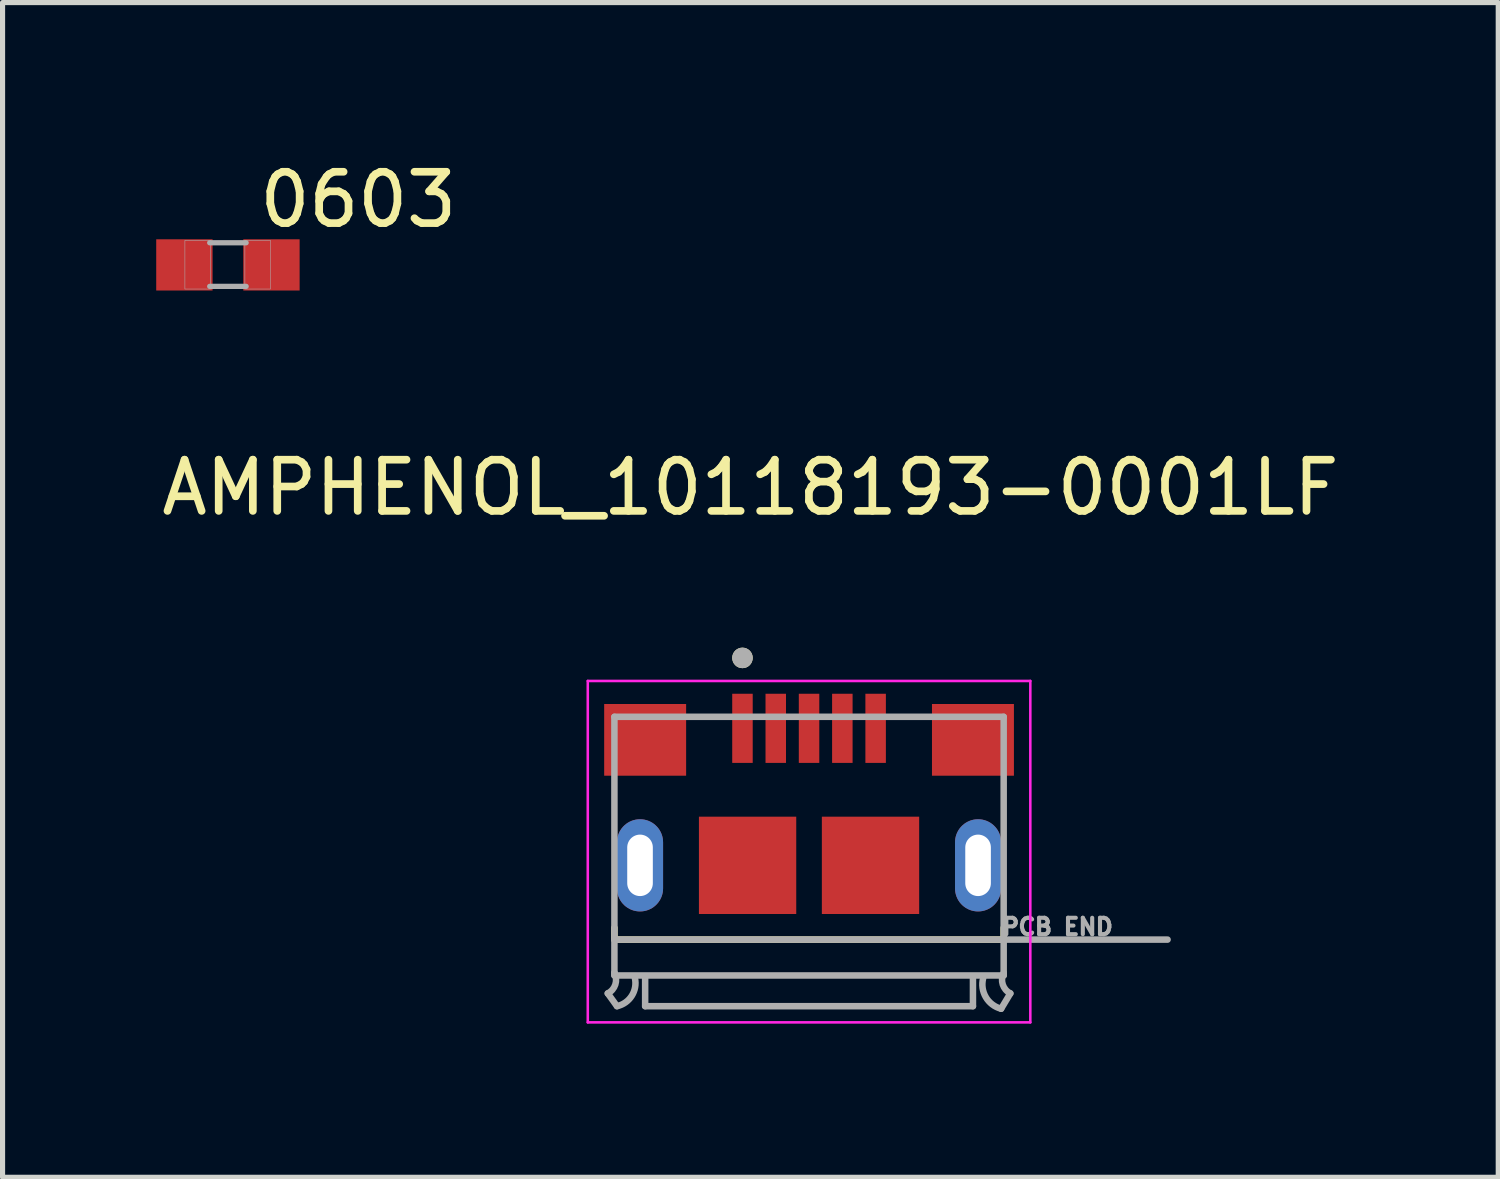
<source format=kicad_pcb>
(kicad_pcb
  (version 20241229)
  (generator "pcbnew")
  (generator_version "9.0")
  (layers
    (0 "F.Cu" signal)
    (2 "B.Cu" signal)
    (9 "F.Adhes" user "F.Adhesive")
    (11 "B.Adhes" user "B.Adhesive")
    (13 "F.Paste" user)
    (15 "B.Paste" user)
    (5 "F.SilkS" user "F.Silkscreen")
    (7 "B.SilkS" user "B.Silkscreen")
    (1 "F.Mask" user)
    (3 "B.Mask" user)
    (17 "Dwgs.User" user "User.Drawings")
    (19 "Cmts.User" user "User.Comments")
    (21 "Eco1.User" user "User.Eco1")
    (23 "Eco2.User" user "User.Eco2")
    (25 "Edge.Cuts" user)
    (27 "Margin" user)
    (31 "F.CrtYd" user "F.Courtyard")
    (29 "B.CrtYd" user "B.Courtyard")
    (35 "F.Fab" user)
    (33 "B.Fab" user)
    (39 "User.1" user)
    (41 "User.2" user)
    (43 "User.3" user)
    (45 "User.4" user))
  (footprint "0603"
    (layer "F.Cu")
    (at 1.4 2.122)
    (property "Reference" "0603" (at 2.545 -1.272 0) (layer "F.SilkS") (effects (font (size 1.002 1.002) (thickness 0.15))))
    (attr smd)
    (fp_line (start -0.356 -0.432) (end 0.356 -0.432) (stroke (width 0.102) (type solid)) (layer "F.Fab"))
    (fp_line (start -0.356 0.419) (end 0.356 0.419) (stroke (width 0.102) (type solid)) (layer "F.Fab"))
    (fp_poly (pts (xy -0.84 -0.48) (xy -0.338 -0.48) (xy -0.338 0.471) (xy -0.84 0.471)) (stroke (width 0.01) (type solid)) (fill no) (layer "F.Fab"))
    (fp_poly (pts (xy 0.331 -0.48) (xy 0.83 -0.48) (xy 0.83 0.471) (xy 0.331 0.471)) (stroke (width 0.01) (type solid)) (fill no) (layer "F.Fab"))
    (pad "1" smd rect (at -0.85 0) (size 1.1 1) (layers "F.Cu" "F.Mask" "F.Paste"))
    (pad "2" smd rect (at 0.85 0) (size 1.1 1) (layers "F.Cu" "F.Mask" "F.Paste")))
  (footprint "AMPHENOL_10118193-0001LF"
    (layer "F.Cu")
    (at 12.746 13.845)
    (property "Reference" "AMPHENOL_10118193-0001LF" (at -1.145 -7.375 0) (layer "F.SilkS") (effects (font (size 1 1) (thickness 0.15))))
    (attr smd)
    (fp_line (start -3.8 1.45) (end -3.8 1.22) (stroke (width 0.127) (type solid)) (layer "F.SilkS"))
    (fp_line (start -3.8 1.45) (end 3.8 1.45) (stroke (width 0.127) (type solid)) (layer "F.SilkS"))
    (fp_line (start 3.8 1.45) (end 3.8 1.22) (stroke (width 0.127) (type solid)) (layer "F.SilkS"))
    (fp_circle (center -1.3 -4.05) (end -1.2 -4.05) (stroke (width 0.2) (type solid)) (fill no) (layer "F.SilkS"))
    (fp_line (start -4.32 -3.6) (end -4.32 3.066) (stroke (width 0.05) (type solid)) (layer "F.CrtYd"))
    (fp_line (start -4.32 3.066) (end 4.32 3.066) (stroke (width 0.05) (type solid)) (layer "F.CrtYd"))
    (fp_line (start 4.32 -3.6) (end -4.32 -3.6) (stroke (width 0.05) (type solid)) (layer "F.CrtYd"))
    (fp_line (start 4.32 3.066) (end 4.32 -3.6) (stroke (width 0.05) (type solid)) (layer "F.CrtYd"))
    (fp_line (start -3.93 2.5) (end -3.75 2.75) (stroke (width 0.127) (type solid)) (layer "F.Fab"))
    (fp_line (start -3.8 -2.9) (end 3.8 -2.9) (stroke (width 0.127) (type solid)) (layer "F.Fab"))
    (fp_line (start -3.8 1.45) (end 3.8 1.45) (stroke (width 0.127) (type solid)) (layer "F.Fab"))
    (fp_line (start -3.8 2.1) (end -3.8 -2.9) (stroke (width 0.127) (type solid)) (layer "F.Fab"))
    (fp_line (start -3.8 2.15) (end -3.8 2.1) (stroke (width 0.127) (type solid)) (layer "F.Fab"))
    (fp_line (start -3.2 2.2) (end -3.2 2.75) (stroke (width 0.127) (type solid)) (layer "F.Fab"))
    (fp_line (start -3.2 2.75) (end 3.2 2.75) (stroke (width 0.127) (type solid)) (layer "F.Fab"))
    (fp_line (start 3.2 2.75) (end 3.2 2.2) (stroke (width 0.127) (type solid)) (layer "F.Fab"))
    (fp_line (start 3.8 -2.9) (end 3.8 1.45) (stroke (width 0.127) (type solid)) (layer "F.Fab"))
    (fp_line (start 3.8 1.45) (end 3.8 2.15) (stroke (width 0.127) (type solid)) (layer "F.Fab"))
    (fp_line (start 3.8 1.45) (end 7 1.45) (stroke (width 0.127) (type solid)) (layer "F.Fab"))
    (fp_line (start 3.8 2.15) (end -3.8 2.15) (stroke (width 0.127) (type solid)) (layer "F.Fab"))
    (fp_line (start 3.93 2.5) (end 3.75 2.8) (stroke (width 0.127) (type solid)) (layer "F.Fab"))
    (fp_arc (start -3.8 2.1) (mid -3.782157 2.326924) (end -3.93 2.5) (stroke (width 0.127) (type solid)) (layer "F.Fab"))
    (fp_arc (start -3.4 2.2) (mid -3.461091 2.547487) (end -3.75 2.75) (stroke (width 0.127) (type solid)) (layer "F.Fab"))
    (fp_arc (start 3.75 2.8) (mid 3.450736 2.572487) (end 3.4 2.2) (stroke (width 0.127) (type solid)) (layer "F.Fab"))
    (fp_arc (start 3.93 2.5) (mid 3.782157 2.326924) (end 3.8 2.1) (stroke (width 0.127) (type solid)) (layer "F.Fab"))
    (fp_circle (center -1.3 -4.05) (end -1.2 -4.05) (stroke (width 0.2) (type solid)) (fill no) (layer "F.Fab"))
    (fp_text user "PCB END" (at 4.85 1.2 0) (layer "F.Fab") (effects (font (size 0.32 0.32) (thickness 0.15))))
    (pad "1" smd rect (at -1.3 -2.675) (size 0.4 1.35) (layers "F.Cu" "F.Mask" "F.Paste"))
    (pad "2" smd rect (at -0.65 -2.675) (size 0.4 1.35) (layers "F.Cu" "F.Mask" "F.Paste"))
    (pad "3" smd rect (at 0 -2.675) (size 0.4 1.35) (layers "F.Cu" "F.Mask" "F.Paste"))
    (pad "4" smd rect (at 0.65 -2.675) (size 0.4 1.35) (layers "F.Cu" "F.Mask" "F.Paste"))
    (pad "5" smd rect (at 1.3 -2.675) (size 0.4 1.35) (layers "F.Cu" "F.Mask" "F.Paste"))
    (pad "S1" smd rect (at -3.2 -2.45) (size 1.6 1.4) (layers "F.Cu" "F.Mask" "F.Paste"))
    (pad "S2" smd rect (at 3.2 -2.45) (size 1.6 1.4) (layers "F.Cu" "F.Mask" "F.Paste"))
    (pad "S3" smd rect (at 1.2 0) (size 1.9 1.9) (layers "F.Cu" "F.Mask" "F.Paste"))
    (pad "S4" smd rect (at -1.2 0) (size 1.9 1.9) (layers "F.Cu" "F.Mask" "F.Paste"))
    (pad "S5" thru_hole oval (at -3.3 0) (size 0.9 1.8) (drill oval 0.5 1.2) (layers "*.Cu" "*.Mask"))
    (pad "S6" thru_hole oval (at 3.3 0) (size 0.9 1.8) (drill oval 0.5 1.2) (layers "*.Cu" "*.Mask")))
  (gr_rect
    (start -3 -3)
    (end 26.202 19.936)
    (stroke (width 0.1) (type default))
    (fill no)
    (layer "Edge.Cuts")))
</source>
